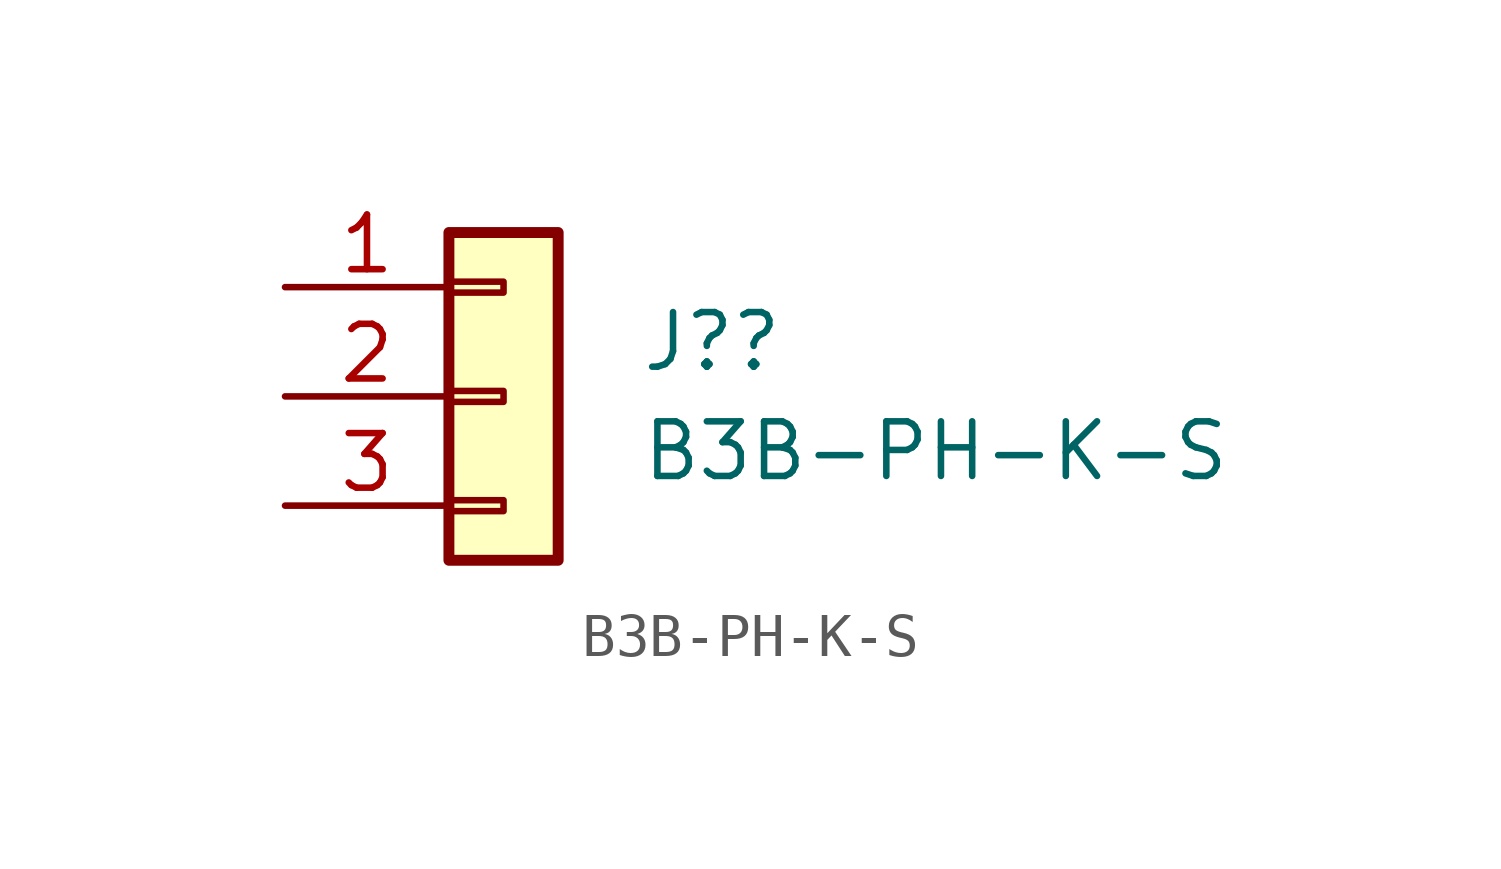
<source format=kicad_sym>
(kicad_symbol_lib
  (version 20211014)
  (generator kicad_symbol_editor)
  (symbol "B3B-PH-K-S"
    (pin_names
      (offset 1.016) hide)
    (property "Reference" "J?"
      (at 3.175 1.27 0)
      (effects (font (size 1.27 1.27)) (justify left)))
    (property "Value" "B3B-PH-K-S"
      (at 3.175 -1.27 0)
      (effects (font (size 1.27 1.27)) (justify left)))
    (symbol "B3B-PH-K-S_1_1"
      (rectangle (start -1.27 -2.413) (end 0 -2.667) (stroke (width 0.152) (type default) (color 0 0 0 0)) (fill (type none)))
      (rectangle (start -1.27 0.127) (end 0 -0.127) (stroke (width 0.152) (type default) (color 0 0 0 0)) (fill (type none)))
      (rectangle (start -1.27 2.667) (end 0 2.413) (stroke (width 0.152) (type default) (color 0 0 0 0)) (fill (type none)))
      (rectangle (start -1.27 3.81) (end 1.27 -3.81) (stroke (width 0.254) (type default) (color 0 0 0 0)) (fill (type background)))
      (pin passive line (at -5.08 2.54 0) (length 3.81) (name "Pin_1" (effects (font (size 1.27 1.27)))) (number "1" (effects (font (size 1.27 1.27)))))
      (pin passive line (at -5.08 0 0) (length 3.81) (name "Pin_2" (effects (font (size 1.27 1.27)))) (number "2" (effects (font (size 1.27 1.27)))))
      (pin passive line (at -5.08 -2.54 0) (length 3.81) (name "Pin_3" (effects (font (size 1.27 1.27)))) (number "3" (effects (font (size 1.27 1.27))))))))
</source>
